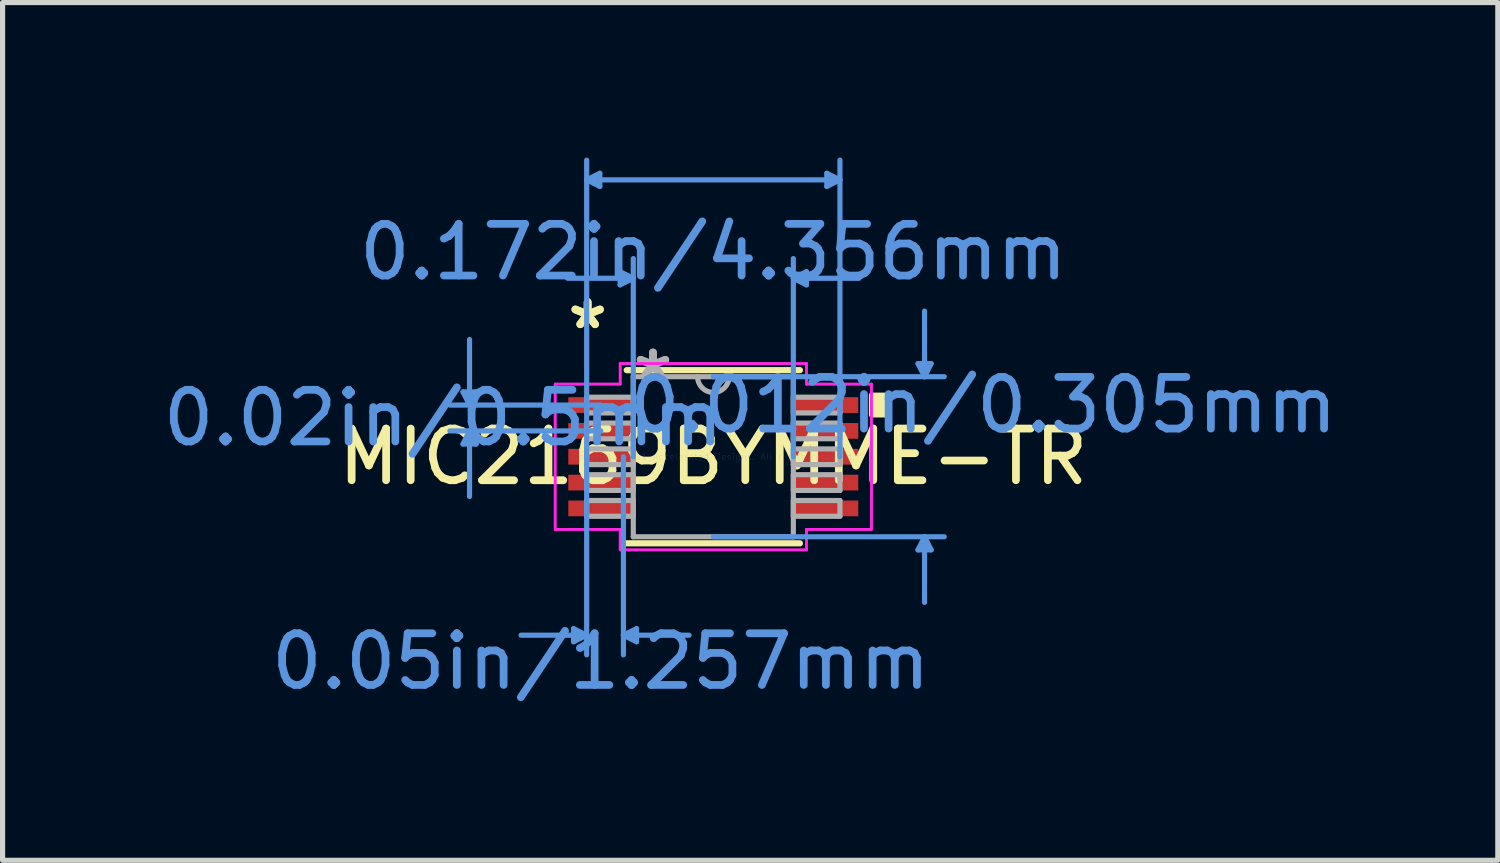
<source format=kicad_pcb>
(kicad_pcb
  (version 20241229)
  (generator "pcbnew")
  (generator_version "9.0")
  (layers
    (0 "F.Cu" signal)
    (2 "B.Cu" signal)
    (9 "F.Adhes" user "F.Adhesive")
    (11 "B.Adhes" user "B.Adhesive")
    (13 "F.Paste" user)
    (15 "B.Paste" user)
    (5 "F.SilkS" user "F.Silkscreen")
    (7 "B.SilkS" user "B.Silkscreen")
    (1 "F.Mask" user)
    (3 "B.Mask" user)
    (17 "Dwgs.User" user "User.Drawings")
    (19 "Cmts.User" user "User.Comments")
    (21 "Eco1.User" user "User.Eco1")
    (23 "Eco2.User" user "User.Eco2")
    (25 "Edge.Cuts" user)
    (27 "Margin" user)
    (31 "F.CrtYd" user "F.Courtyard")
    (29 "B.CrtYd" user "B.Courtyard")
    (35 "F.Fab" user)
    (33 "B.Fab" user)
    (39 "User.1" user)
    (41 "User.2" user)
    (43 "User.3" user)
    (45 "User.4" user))
  (footprint "MIC2169BYMME-TR"
    (layer "F.Cu")
    (at 10.756 5.79)
    (property "Reference" "MIC2169BYMME-TR" (at 0 0 0) (layer "F.SilkS") (effects (font (size 1 1) (thickness 0.15))))
    (attr through_hole)
    (fp_line (start -1.676 1.676) (end 1.676 1.676) (stroke (width 0.12) (type solid)) (layer "F.SilkS"))
    (fp_line (start 1.676 -1.676) (end -1.676 -1.676) (stroke (width 0.12) (type solid)) (layer "F.SilkS"))
    (fp_poly (pts (xy 3.315 -1.191) (xy 3.315 -0.81) (xy 3.061 -0.81) (xy 3.061 -1.191)) (stroke (width 0.1) (type solid)) (fill yes) (layer "F.SilkS"))
    (fp_line (start -4.845 -1.254) (end -4.591 -1.254) (stroke (width 0.1) (type solid)) (layer "Cmts.User"))
    (fp_line (start -4.845 -0.246) (end -4.591 -0.246) (stroke (width 0.1) (type solid)) (layer "Cmts.User"))
    (fp_line (start -4.718 -1) (end -4.845 -1.254) (stroke (width 0.1) (type solid)) (layer "Cmts.User"))
    (fp_line (start -4.718 -1) (end -4.718 -2.27) (stroke (width 0.1) (type solid)) (layer "Cmts.User"))
    (fp_line (start -4.718 -1) (end -4.591 -1.254) (stroke (width 0.1) (type solid)) (layer "Cmts.User"))
    (fp_line (start -4.718 -0.5) (end -4.845 -0.246) (stroke (width 0.1) (type solid)) (layer "Cmts.User"))
    (fp_line (start -4.718 -0.5) (end -4.718 0.77) (stroke (width 0.1) (type solid)) (layer "Cmts.User"))
    (fp_line (start -4.718 -0.5) (end -4.591 -0.246) (stroke (width 0.1) (type solid)) (layer "Cmts.User"))
    (fp_line (start -2.705 3.327) (end -2.705 3.581) (stroke (width 0.1) (type solid)) (layer "Cmts.User"))
    (fp_line (start -2.451 -5.359) (end -2.197 -5.486) (stroke (width 0.1) (type solid)) (layer "Cmts.User"))
    (fp_line (start -2.451 -5.359) (end -2.197 -5.232) (stroke (width 0.1) (type solid)) (layer "Cmts.User"))
    (fp_line (start -2.451 -5.359) (end 2.451 -5.359) (stroke (width 0.1) (type solid)) (layer "Cmts.User"))
    (fp_line (start -2.451 0) (end -2.451 -5.74) (stroke (width 0.1) (type solid)) (layer "Cmts.User"))
    (fp_line (start -2.451 0) (end -2.451 3.835) (stroke (width 0.1) (type solid)) (layer "Cmts.User"))
    (fp_line (start -2.451 3.454) (end -3.721 3.454) (stroke (width 0.1) (type solid)) (layer "Cmts.User"))
    (fp_line (start -2.451 3.454) (end -2.705 3.327) (stroke (width 0.1) (type solid)) (layer "Cmts.User"))
    (fp_line (start -2.451 3.454) (end -2.705 3.581) (stroke (width 0.1) (type solid)) (layer "Cmts.User"))
    (fp_line (start -2.197 -5.486) (end -2.197 -5.232) (stroke (width 0.1) (type solid)) (layer "Cmts.User"))
    (fp_line (start -2.178 -1) (end -5.099 -1) (stroke (width 0.1) (type solid)) (layer "Cmts.User"))
    (fp_line (start -2.178 -0.5) (end -5.099 -0.5) (stroke (width 0.1) (type solid)) (layer "Cmts.User"))
    (fp_line (start -1.803 -3.581) (end -1.803 -3.327) (stroke (width 0.1) (type solid)) (layer "Cmts.User"))
    (fp_line (start -1.74 0) (end -1.74 3.835) (stroke (width 0.1) (type solid)) (layer "Cmts.User"))
    (fp_line (start -1.74 3.454) (end -1.486 3.327) (stroke (width 0.1) (type solid)) (layer "Cmts.User"))
    (fp_line (start -1.74 3.454) (end -1.486 3.581) (stroke (width 0.1) (type solid)) (layer "Cmts.User"))
    (fp_line (start -1.74 3.454) (end -0.47 3.454) (stroke (width 0.1) (type solid)) (layer "Cmts.User"))
    (fp_line (start -1.549 -3.454) (end -2.819 -3.454) (stroke (width 0.1) (type solid)) (layer "Cmts.User"))
    (fp_line (start -1.549 -3.454) (end -1.803 -3.581) (stroke (width 0.1) (type solid)) (layer "Cmts.User"))
    (fp_line (start -1.549 -3.454) (end -1.803 -3.327) (stroke (width 0.1) (type solid)) (layer "Cmts.User"))
    (fp_line (start -1.549 0) (end -1.549 -3.835) (stroke (width 0.1) (type solid)) (layer "Cmts.User"))
    (fp_line (start -1.486 3.327) (end -1.486 3.581) (stroke (width 0.1) (type solid)) (layer "Cmts.User"))
    (fp_line (start 0 -1.549) (end 4.47 -1.549) (stroke (width 0.1) (type solid)) (layer "Cmts.User"))
    (fp_line (start 0 1.549) (end 4.47 1.549) (stroke (width 0.1) (type solid)) (layer "Cmts.User"))
    (fp_line (start 1.549 -3.454) (end 1.803 -3.581) (stroke (width 0.1) (type solid)) (layer "Cmts.User"))
    (fp_line (start 1.549 -3.454) (end 1.803 -3.327) (stroke (width 0.1) (type solid)) (layer "Cmts.User"))
    (fp_line (start 1.549 -3.454) (end 2.819 -3.454) (stroke (width 0.1) (type solid)) (layer "Cmts.User"))
    (fp_line (start 1.549 0) (end 1.549 -3.835) (stroke (width 0.1) (type solid)) (layer "Cmts.User"))
    (fp_line (start 1.803 -3.581) (end 1.803 -3.327) (stroke (width 0.1) (type solid)) (layer "Cmts.User"))
    (fp_line (start 2.197 -5.486) (end 2.197 -5.232) (stroke (width 0.1) (type solid)) (layer "Cmts.User"))
    (fp_line (start 2.451 -5.359) (end 2.197 -5.486) (stroke (width 0.1) (type solid)) (layer "Cmts.User"))
    (fp_line (start 2.451 -5.359) (end 2.197 -5.232) (stroke (width 0.1) (type solid)) (layer "Cmts.User"))
    (fp_line (start 2.451 0) (end 2.451 -5.74) (stroke (width 0.1) (type solid)) (layer "Cmts.User"))
    (fp_line (start 3.962 -1.803) (end 4.216 -1.803) (stroke (width 0.1) (type solid)) (layer "Cmts.User"))
    (fp_line (start 3.962 1.803) (end 4.216 1.803) (stroke (width 0.1) (type solid)) (layer "Cmts.User"))
    (fp_line (start 4.089 -1.549) (end 3.962 -1.803) (stroke (width 0.1) (type solid)) (layer "Cmts.User"))
    (fp_line (start 4.089 -1.549) (end 4.089 -2.819) (stroke (width 0.1) (type solid)) (layer "Cmts.User"))
    (fp_line (start 4.089 -1.549) (end 4.216 -1.803) (stroke (width 0.1) (type solid)) (layer "Cmts.User"))
    (fp_line (start 4.089 1.549) (end 3.962 1.803) (stroke (width 0.1) (type solid)) (layer "Cmts.User"))
    (fp_line (start 4.089 1.549) (end 4.089 2.819) (stroke (width 0.1) (type solid)) (layer "Cmts.User"))
    (fp_line (start 4.089 1.549) (end 4.216 1.803) (stroke (width 0.1) (type solid)) (layer "Cmts.User"))
    (fp_line (start -3.061 -1.406) (end -1.803 -1.406) (stroke (width 0.05) (type solid)) (layer "F.CrtYd"))
    (fp_line (start -3.061 -1.406) (end -1.803 -1.406) (stroke (width 0.05) (type solid)) (layer "F.CrtYd"))
    (fp_line (start -3.061 1.406) (end -3.061 -1.406) (stroke (width 0.05) (type solid)) (layer "F.CrtYd"))
    (fp_line (start -3.061 1.406) (end -3.061 -1.406) (stroke (width 0.05) (type solid)) (layer "F.CrtYd"))
    (fp_line (start -3.061 1.406) (end -1.803 1.406) (stroke (width 0.05) (type solid)) (layer "F.CrtYd"))
    (fp_line (start -1.803 -1.803) (end 1.803 -1.803) (stroke (width 0.05) (type solid)) (layer "F.CrtYd"))
    (fp_line (start -1.803 -1.803) (end 1.803 -1.803) (stroke (width 0.05) (type solid)) (layer "F.CrtYd"))
    (fp_line (start -1.803 -1.406) (end -1.803 -1.803) (stroke (width 0.05) (type solid)) (layer "F.CrtYd"))
    (fp_line (start -1.803 -1.406) (end -1.803 -1.803) (stroke (width 0.05) (type solid)) (layer "F.CrtYd"))
    (fp_line (start -1.803 1.406) (end -3.061 1.406) (stroke (width 0.05) (type solid)) (layer "F.CrtYd"))
    (fp_line (start -1.803 1.803) (end -1.803 1.406) (stroke (width 0.05) (type solid)) (layer "F.CrtYd"))
    (fp_line (start -1.803 1.803) (end -1.803 1.406) (stroke (width 0.05) (type solid)) (layer "F.CrtYd"))
    (fp_line (start 1.803 -1.803) (end 1.803 -1.406) (stroke (width 0.05) (type solid)) (layer "F.CrtYd"))
    (fp_line (start 1.803 -1.803) (end 1.803 -1.406) (stroke (width 0.05) (type solid)) (layer "F.CrtYd"))
    (fp_line (start 1.803 -1.406) (end 3.061 -1.406) (stroke (width 0.05) (type solid)) (layer "F.CrtYd"))
    (fp_line (start 1.803 1.406) (end 1.803 1.803) (stroke (width 0.05) (type solid)) (layer "F.CrtYd"))
    (fp_line (start 1.803 1.406) (end 1.803 1.803) (stroke (width 0.05) (type solid)) (layer "F.CrtYd"))
    (fp_line (start 1.803 1.803) (end -1.803 1.803) (stroke (width 0.05) (type solid)) (layer "F.CrtYd"))
    (fp_line (start 1.803 1.803) (end -1.803 1.803) (stroke (width 0.05) (type solid)) (layer "F.CrtYd"))
    (fp_line (start 3.061 -1.406) (end 1.803 -1.406) (stroke (width 0.05) (type solid)) (layer "F.CrtYd"))
    (fp_line (start 3.061 -1.406) (end 3.061 1.406) (stroke (width 0.05) (type solid)) (layer "F.CrtYd"))
    (fp_line (start 3.061 -1.406) (end 3.061 1.406) (stroke (width 0.05) (type solid)) (layer "F.CrtYd"))
    (fp_line (start 3.061 1.406) (end 1.803 1.406) (stroke (width 0.05) (type solid)) (layer "F.CrtYd"))
    (fp_line (start 3.061 1.406) (end 1.803 1.406) (stroke (width 0.05) (type solid)) (layer "F.CrtYd"))
    (fp_line (start -2.451 -1.152) (end -2.451 -0.848) (stroke (width 0.1) (type solid)) (layer "F.Fab"))
    (fp_line (start -2.451 -0.848) (end -1.549 -0.848) (stroke (width 0.1) (type solid)) (layer "F.Fab"))
    (fp_line (start -2.451 -0.652) (end -2.451 -0.348) (stroke (width 0.1) (type solid)) (layer "F.Fab"))
    (fp_line (start -2.451 -0.348) (end -1.549 -0.348) (stroke (width 0.1) (type solid)) (layer "F.Fab"))
    (fp_line (start -2.451 -0.152) (end -2.451 0.152) (stroke (width 0.1) (type solid)) (layer "F.Fab"))
    (fp_line (start -2.451 0.152) (end -1.549 0.152) (stroke (width 0.1) (type solid)) (layer "F.Fab"))
    (fp_line (start -2.451 0.348) (end -2.451 0.652) (stroke (width 0.1) (type solid)) (layer "F.Fab"))
    (fp_line (start -2.451 0.652) (end -1.549 0.652) (stroke (width 0.1) (type solid)) (layer "F.Fab"))
    (fp_line (start -2.451 0.848) (end -2.451 1.152) (stroke (width 0.1) (type solid)) (layer "F.Fab"))
    (fp_line (start -2.451 1.152) (end -1.549 1.152) (stroke (width 0.1) (type solid)) (layer "F.Fab"))
    (fp_line (start -1.549 -1.549) (end -1.549 1.549) (stroke (width 0.1) (type solid)) (layer "F.Fab"))
    (fp_line (start -1.549 -1.152) (end -2.451 -1.152) (stroke (width 0.1) (type solid)) (layer "F.Fab"))
    (fp_line (start -1.549 -0.848) (end -1.549 -1.152) (stroke (width 0.1) (type solid)) (layer "F.Fab"))
    (fp_line (start -1.549 -0.652) (end -2.451 -0.652) (stroke (width 0.1) (type solid)) (layer "F.Fab"))
    (fp_line (start -1.549 -0.348) (end -1.549 -0.652) (stroke (width 0.1) (type solid)) (layer "F.Fab"))
    (fp_line (start -1.549 -0.152) (end -2.451 -0.152) (stroke (width 0.1) (type solid)) (layer "F.Fab"))
    (fp_line (start -1.549 0.152) (end -1.549 -0.152) (stroke (width 0.1) (type solid)) (layer "F.Fab"))
    (fp_line (start -1.549 0.348) (end -2.451 0.348) (stroke (width 0.1) (type solid)) (layer "F.Fab"))
    (fp_line (start -1.549 0.652) (end -1.549 0.348) (stroke (width 0.1) (type solid)) (layer "F.Fab"))
    (fp_line (start -1.549 0.848) (end -2.451 0.848) (stroke (width 0.1) (type solid)) (layer "F.Fab"))
    (fp_line (start -1.549 1.152) (end -1.549 0.848) (stroke (width 0.1) (type solid)) (layer "F.Fab"))
    (fp_line (start -1.549 1.549) (end 1.549 1.549) (stroke (width 0.1) (type solid)) (layer "F.Fab"))
    (fp_line (start 1.549 -1.549) (end -1.549 -1.549) (stroke (width 0.1) (type solid)) (layer "F.Fab"))
    (fp_line (start 1.549 -1.152) (end 1.549 -0.848) (stroke (width 0.1) (type solid)) (layer "F.Fab"))
    (fp_line (start 1.549 -0.848) (end 2.451 -0.848) (stroke (width 0.1) (type solid)) (layer "F.Fab"))
    (fp_line (start 1.549 -0.652) (end 1.549 -0.348) (stroke (width 0.1) (type solid)) (layer "F.Fab"))
    (fp_line (start 1.549 -0.348) (end 2.451 -0.348) (stroke (width 0.1) (type solid)) (layer "F.Fab"))
    (fp_line (start 1.549 -0.152) (end 1.549 0.152) (stroke (width 0.1) (type solid)) (layer "F.Fab"))
    (fp_line (start 1.549 0.152) (end 2.451 0.152) (stroke (width 0.1) (type solid)) (layer "F.Fab"))
    (fp_line (start 1.549 0.348) (end 1.549 0.652) (stroke (width 0.1) (type solid)) (layer "F.Fab"))
    (fp_line (start 1.549 0.652) (end 2.451 0.652) (stroke (width 0.1) (type solid)) (layer "F.Fab"))
    (fp_line (start 1.549 0.848) (end 1.549 1.152) (stroke (width 0.1) (type solid)) (layer "F.Fab"))
    (fp_line (start 1.549 1.152) (end 2.451 1.152) (stroke (width 0.1) (type solid)) (layer "F.Fab"))
    (fp_line (start 1.549 1.549) (end 1.549 -1.549) (stroke (width 0.1) (type solid)) (layer "F.Fab"))
    (fp_line (start 2.451 -1.152) (end 1.549 -1.152) (stroke (width 0.1) (type solid)) (layer "F.Fab"))
    (fp_line (start 2.451 -0.848) (end 2.451 -1.152) (stroke (width 0.1) (type solid)) (layer "F.Fab"))
    (fp_line (start 2.451 -0.652) (end 1.549 -0.652) (stroke (width 0.1) (type solid)) (layer "F.Fab"))
    (fp_line (start 2.451 -0.348) (end 2.451 -0.652) (stroke (width 0.1) (type solid)) (layer "F.Fab"))
    (fp_line (start 2.451 -0.152) (end 1.549 -0.152) (stroke (width 0.1) (type solid)) (layer "F.Fab"))
    (fp_line (start 2.451 0.152) (end 2.451 -0.152) (stroke (width 0.1) (type solid)) (layer "F.Fab"))
    (fp_line (start 2.451 0.348) (end 1.549 0.348) (stroke (width 0.1) (type solid)) (layer "F.Fab"))
    (fp_line (start 2.451 0.652) (end 2.451 0.348) (stroke (width 0.1) (type solid)) (layer "F.Fab"))
    (fp_line (start 2.451 0.848) (end 1.549 0.848) (stroke (width 0.1) (type solid)) (layer "F.Fab"))
    (fp_line (start 2.451 1.152) (end 2.451 0.848) (stroke (width 0.1) (type solid)) (layer "F.Fab"))
    (fp_arc (start 0.3048 -1.5494) (mid 0 -1.2446) (end -0.3048 -1.5494) (stroke (width 0.1) (type solid)) (layer "F.Fab"))
    (fp_text user "*" (at -2.432 -2.448 0) (layer "F.SilkS") (effects (font (size 1 1) (thickness 0.15))))
    (fp_text user "*" (at -2.432 -2.448 0) (layer "F.SilkS") (effects (font (size 1 1) (thickness 0.15))))
    (fp_text user "0.05in/1.257mm" (at -2.178 3.962 0) (layer "Cmts.User") (effects (font (size 1 1) (thickness 0.15))))
    (fp_text user "0.012in/0.305mm" (at 5.226 -1 0) (layer "Cmts.User") (effects (font (size 1 1) (thickness 0.15))))
    (fp_text user "Copyright 2021 Accelerated Designs. All rights reserved." (at 0 0 0) (layer "Cmts.User") (effects (font (size 0.127 0.127) (thickness 0.002))))
    (fp_text user "0.02in/0.5mm" (at -5.226 -0.75 0) (layer "Cmts.User") (effects (font (size 1 1) (thickness 0.15))))
    (fp_text user "0.172in/4.356mm" (at 0 -3.962 0) (layer "Cmts.User") (effects (font (size 1 1) (thickness 0.15))))
    (fp_text user "*" (at -1.168 -1.473 0) (layer "F.Fab") (effects (font (size 1 1) (thickness 0.15))))
    (fp_text user "*" (at -1.168 -1.473 0) (layer "F.Fab") (effects (font (size 1 1) (thickness 0.15))))
    (pad "1" smd rect (at -2.178 -1) (size 1.257 0.305) (layers "F.Cu" "F.Mask" "F.Paste"))
    (pad "2" smd rect (at -2.178 -0.5) (size 1.257 0.305) (layers "F.Cu" "F.Mask" "F.Paste"))
    (pad "3" smd rect (at -2.178 0) (size 1.257 0.305) (layers "F.Cu" "F.Mask" "F.Paste"))
    (pad "4" smd rect (at -2.178 0.5) (size 1.257 0.305) (layers "F.Cu" "F.Mask" "F.Paste"))
    (pad "5" smd rect (at -2.178 1) (size 1.257 0.305) (layers "F.Cu" "F.Mask" "F.Paste"))
    (pad "6" smd rect (at 2.178 1) (size 1.257 0.305) (layers "F.Cu" "F.Mask" "F.Paste"))
    (pad "7" smd rect (at 2.178 0.5) (size 1.257 0.305) (layers "F.Cu" "F.Mask" "F.Paste"))
    (pad "8" smd rect (at 2.178 0) (size 1.257 0.305) (layers "F.Cu" "F.Mask" "F.Paste"))
    (pad "9" smd rect (at 2.178 -0.5) (size 1.257 0.305) (layers "F.Cu" "F.Mask" "F.Paste"))
    (pad "10" smd rect (at 2.178 -1) (size 1.257 0.305) (layers "F.Cu" "F.Mask" "F.Paste")))
  (gr_rect
    (start -3 -3)
    (end 25.94 13.601)
    (stroke (width 0.1) (type default))
    (fill no)
    (layer "Edge.Cuts")))
</source>
